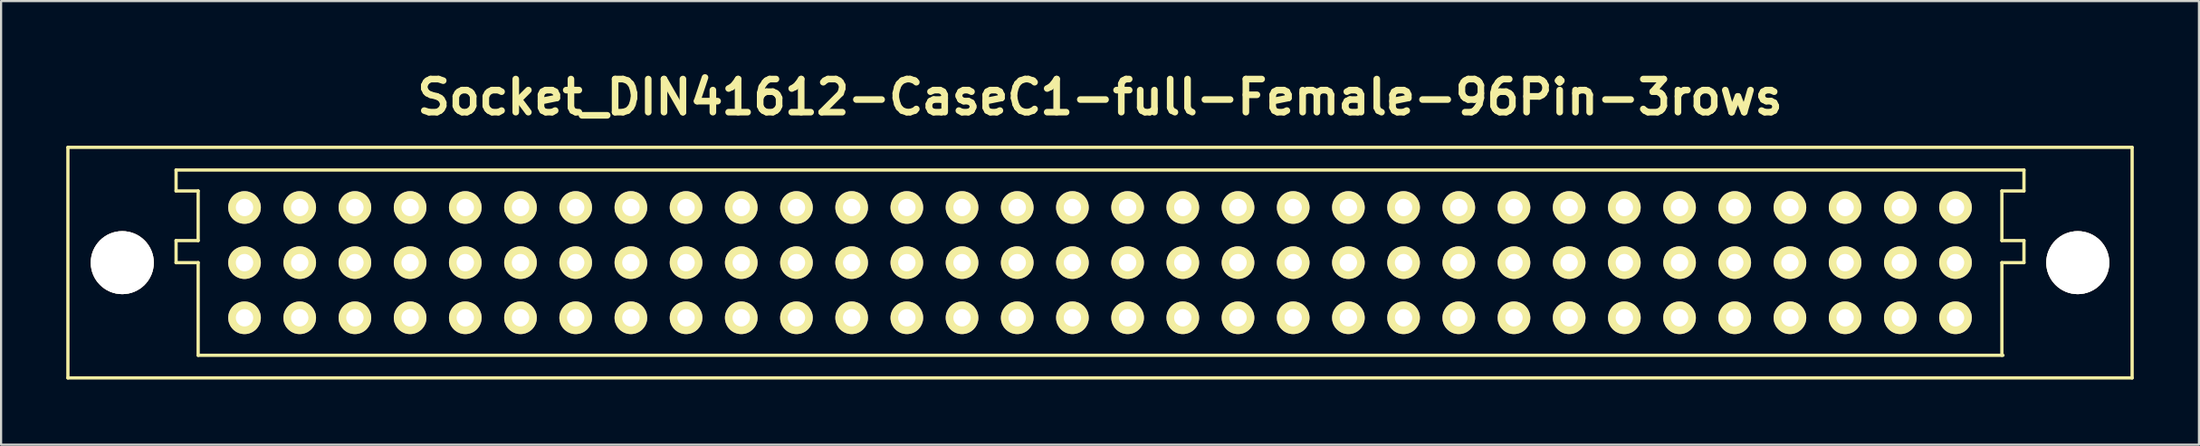
<source format=kicad_pcb>
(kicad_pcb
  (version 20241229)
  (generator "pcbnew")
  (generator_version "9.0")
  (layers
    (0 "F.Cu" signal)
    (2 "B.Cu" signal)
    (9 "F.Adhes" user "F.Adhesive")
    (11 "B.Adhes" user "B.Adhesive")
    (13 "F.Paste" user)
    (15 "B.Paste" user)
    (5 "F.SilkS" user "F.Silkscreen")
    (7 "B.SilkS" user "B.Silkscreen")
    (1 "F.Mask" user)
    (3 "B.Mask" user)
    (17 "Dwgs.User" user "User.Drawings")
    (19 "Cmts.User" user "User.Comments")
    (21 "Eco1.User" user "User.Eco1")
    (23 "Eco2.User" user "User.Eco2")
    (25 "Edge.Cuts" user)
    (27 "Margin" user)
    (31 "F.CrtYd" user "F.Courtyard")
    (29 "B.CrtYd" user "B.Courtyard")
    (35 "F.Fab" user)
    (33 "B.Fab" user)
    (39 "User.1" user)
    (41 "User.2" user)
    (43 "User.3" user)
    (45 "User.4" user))
  (footprint "Socket_DIN41612-CaseC1-full-Female-96Pin-3rows"
    (layer "F.Cu")
    (at 47.573 9.046)
    (property "Reference" "Socket_DIN41612-CaseC1-full-Female-96Pin-3rows" (at 0 -7.62 0) (layer "F.SilkS") (effects (font (size 1.524 1.524) (thickness 0.305))))
    (attr through_hole)
    (fp_line (start -47.498 -5.309) (end -47.498 5.309) (stroke (width 0.15) (type solid)) (layer "F.SilkS"))
    (fp_line (start -47.498 5.309) (end 47.498 5.309) (stroke (width 0.15) (type solid)) (layer "F.SilkS"))
    (fp_line (start -42.52 -3.302) (end -42.52 -4.267) (stroke (width 0.15) (type solid)) (layer "F.SilkS"))
    (fp_line (start -42.52 -1.016) (end -41.504 -1.016) (stroke (width 0.15) (type solid)) (layer "F.SilkS"))
    (fp_line (start -42.52 0) (end -42.52 -1.016) (stroke (width 0.15) (type solid)) (layer "F.SilkS"))
    (fp_line (start -41.504 -3.302) (end -42.52 -3.302) (stroke (width 0.15) (type solid)) (layer "F.SilkS"))
    (fp_line (start -41.504 -1.016) (end -41.504 -3.302) (stroke (width 0.15) (type solid)) (layer "F.SilkS"))
    (fp_line (start -41.504 0) (end -42.52 0) (stroke (width 0.15) (type solid)) (layer "F.SilkS"))
    (fp_line (start -41.504 4.267) (end -41.504 0) (stroke (width 0.15) (type solid)) (layer "F.SilkS"))
    (fp_line (start -41.504 4.267) (end 41.554 4.267) (stroke (width 0.15) (type solid)) (layer "F.SilkS"))
    (fp_line (start 41.504 -3.302) (end 42.52 -3.302) (stroke (width 0.15) (type solid)) (layer "F.SilkS"))
    (fp_line (start 41.504 -1.016) (end 41.504 -3.302) (stroke (width 0.15) (type solid)) (layer "F.SilkS"))
    (fp_line (start 41.504 0) (end 42.52 0) (stroke (width 0.15) (type solid)) (layer "F.SilkS"))
    (fp_line (start 41.504 4.267) (end 41.504 0) (stroke (width 0.15) (type solid)) (layer "F.SilkS"))
    (fp_line (start 42.52 -4.267) (end -42.52 -4.267) (stroke (width 0.15) (type solid)) (layer "F.SilkS"))
    (fp_line (start 42.52 -3.302) (end 42.52 -4.267) (stroke (width 0.15) (type solid)) (layer "F.SilkS"))
    (fp_line (start 42.52 -1.016) (end 41.504 -1.016) (stroke (width 0.15) (type solid)) (layer "F.SilkS"))
    (fp_line (start 42.52 0) (end 42.52 -1.016) (stroke (width 0.15) (type solid)) (layer "F.SilkS"))
    (fp_line (start 47.498 -5.309) (end -47.498 -5.309) (stroke (width 0.15) (type solid)) (layer "F.SilkS"))
    (fp_line (start 47.498 5.309) (end 47.498 -5.309) (stroke (width 0.15) (type solid)) (layer "F.SilkS"))
    (pad "1" thru_hole circle (at -44.996 0) (size 2.901 2.901) (drill 2.901) (layers "*.Cu" "*.Mask" "F.SilkS"))
    (pad "1" thru_hole circle (at 44.996 0) (size 2.901 2.901) (drill 2.901) (layers "*.Cu" "*.Mask" "F.SilkS"))
    (pad "1a" thru_hole circle (at 39.37 -2.54 180) (size 1.501 1.501) (drill 0.8) (layers "*.Cu" "*.Mask" "F.SilkS"))
    (pad "1b" thru_hole circle (at 39.37 0 180) (size 1.501 1.501) (drill 0.8) (layers "*.Cu" "*.Mask" "F.SilkS"))
    (pad "1c" thru_hole circle (at 39.37 2.54 180) (size 1.501 1.501) (drill 0.8) (layers "*.Cu" "*.Mask" "F.SilkS"))
    (pad "2a" thru_hole circle (at 36.83 -2.54 180) (size 1.501 1.501) (drill 0.8) (layers "*.Cu" "*.Mask" "F.SilkS"))
    (pad "2b" thru_hole circle (at 36.83 0 180) (size 1.501 1.501) (drill 0.8) (layers "*.Cu" "*.Mask" "F.SilkS"))
    (pad "2c" thru_hole circle (at 36.83 2.54 180) (size 1.501 1.501) (drill 0.8) (layers "*.Cu" "*.Mask" "F.SilkS"))
    (pad "3a" thru_hole circle (at 34.29 -2.54 180) (size 1.501 1.501) (drill 0.8) (layers "*.Cu" "*.Mask" "F.SilkS"))
    (pad "3b" thru_hole circle (at 34.29 0 180) (size 1.501 1.501) (drill 0.8) (layers "*.Cu" "*.Mask" "F.SilkS"))
    (pad "3c" thru_hole circle (at 34.29 2.54 180) (size 1.501 1.501) (drill 0.8) (layers "*.Cu" "*.Mask" "F.SilkS"))
    (pad "4a" thru_hole circle (at 31.75 -2.54 180) (size 1.501 1.501) (drill 0.8) (layers "*.Cu" "*.Mask" "F.SilkS"))
    (pad "4b" thru_hole circle (at 31.75 0 180) (size 1.501 1.501) (drill 0.8) (layers "*.Cu" "*.Mask" "F.SilkS"))
    (pad "4c" thru_hole circle (at 31.75 2.54 180) (size 1.501 1.501) (drill 0.8) (layers "*.Cu" "*.Mask" "F.SilkS"))
    (pad "5a" thru_hole circle (at 29.21 -2.54 180) (size 1.501 1.501) (drill 0.8) (layers "*.Cu" "*.Mask" "F.SilkS"))
    (pad "5b" thru_hole circle (at 29.21 0 180) (size 1.501 1.501) (drill 0.8) (layers "*.Cu" "*.Mask" "F.SilkS"))
    (pad "5c" thru_hole circle (at 29.21 2.54 180) (size 1.501 1.501) (drill 0.8) (layers "*.Cu" "*.Mask" "F.SilkS"))
    (pad "6a" thru_hole circle (at 26.67 -2.54 180) (size 1.501 1.501) (drill 0.8) (layers "*.Cu" "*.Mask" "F.SilkS"))
    (pad "6b" thru_hole circle (at 26.67 0 180) (size 1.501 1.501) (drill 0.8) (layers "*.Cu" "*.Mask" "F.SilkS"))
    (pad "6c" thru_hole circle (at 26.67 2.54 180) (size 1.501 1.501) (drill 0.8) (layers "*.Cu" "*.Mask" "F.SilkS"))
    (pad "7a" thru_hole circle (at 24.13 -2.54 180) (size 1.501 1.501) (drill 0.8) (layers "*.Cu" "*.Mask" "F.SilkS"))
    (pad "7b" thru_hole circle (at 24.13 0 180) (size 1.501 1.501) (drill 0.8) (layers "*.Cu" "*.Mask" "F.SilkS"))
    (pad "7c" thru_hole circle (at 24.13 2.54 180) (size 1.501 1.501) (drill 0.8) (layers "*.Cu" "*.Mask" "F.SilkS"))
    (pad "8a" thru_hole circle (at 21.59 -2.54 180) (size 1.501 1.501) (drill 0.8) (layers "*.Cu" "*.Mask" "F.SilkS"))
    (pad "8b" thru_hole circle (at 21.59 0 180) (size 1.501 1.501) (drill 0.8) (layers "*.Cu" "*.Mask" "F.SilkS"))
    (pad "8c" thru_hole circle (at 21.59 2.54 180) (size 1.501 1.501) (drill 0.8) (layers "*.Cu" "*.Mask" "F.SilkS"))
    (pad "9a" thru_hole circle (at 19.05 -2.54 180) (size 1.501 1.501) (drill 0.8) (layers "*.Cu" "*.Mask" "F.SilkS"))
    (pad "9b" thru_hole circle (at 19.05 0 180) (size 1.501 1.501) (drill 0.8) (layers "*.Cu" "*.Mask" "F.SilkS"))
    (pad "9c" thru_hole circle (at 19.05 2.54 180) (size 1.501 1.501) (drill 0.8) (layers "*.Cu" "*.Mask" "F.SilkS"))
    (pad "10a" thru_hole circle (at 16.51 -2.54 180) (size 1.501 1.501) (drill 0.8) (layers "*.Cu" "*.Mask" "F.SilkS"))
    (pad "10b" thru_hole circle (at 16.51 0 180) (size 1.501 1.501) (drill 0.8) (layers "*.Cu" "*.Mask" "F.SilkS"))
    (pad "10c" thru_hole circle (at 16.51 2.54 180) (size 1.501 1.501) (drill 0.8) (layers "*.Cu" "*.Mask" "F.SilkS"))
    (pad "11a" thru_hole circle (at 13.97 -2.54 180) (size 1.501 1.501) (drill 0.8) (layers "*.Cu" "*.Mask" "F.SilkS"))
    (pad "11b" thru_hole circle (at 13.97 0 180) (size 1.501 1.501) (drill 0.8) (layers "*.Cu" "*.Mask" "F.SilkS"))
    (pad "11c" thru_hole circle (at 13.97 2.54 180) (size 1.501 1.501) (drill 0.8) (layers "*.Cu" "*.Mask" "F.SilkS"))
    (pad "12a" thru_hole circle (at 11.43 -2.54 180) (size 1.501 1.501) (drill 0.8) (layers "*.Cu" "*.Mask" "F.SilkS"))
    (pad "12b" thru_hole circle (at 11.43 0 180) (size 1.501 1.501) (drill 0.8) (layers "*.Cu" "*.Mask" "F.SilkS"))
    (pad "12c" thru_hole circle (at 11.43 2.54 180) (size 1.501 1.501) (drill 0.8) (layers "*.Cu" "*.Mask" "F.SilkS"))
    (pad "13a" thru_hole circle (at 8.89 -2.54 180) (size 1.501 1.501) (drill 0.8) (layers "*.Cu" "*.Mask" "F.SilkS"))
    (pad "13b" thru_hole circle (at 8.89 0 180) (size 1.501 1.501) (drill 0.8) (layers "*.Cu" "*.Mask" "F.SilkS"))
    (pad "13c" thru_hole circle (at 8.89 2.54 180) (size 1.501 1.501) (drill 0.8) (layers "*.Cu" "*.Mask" "F.SilkS"))
    (pad "14a" thru_hole circle (at 6.35 -2.54 180) (size 1.501 1.501) (drill 0.8) (layers "*.Cu" "*.Mask" "F.SilkS"))
    (pad "14b" thru_hole circle (at 6.35 0 180) (size 1.501 1.501) (drill 0.8) (layers "*.Cu" "*.Mask" "F.SilkS"))
    (pad "14c" thru_hole circle (at 6.35 2.54 180) (size 1.501 1.501) (drill 0.8) (layers "*.Cu" "*.Mask" "F.SilkS"))
    (pad "15a" thru_hole circle (at 3.81 -2.54 180) (size 1.501 1.501) (drill 0.8) (layers "*.Cu" "*.Mask" "F.SilkS"))
    (pad "15b" thru_hole circle (at 3.81 0 180) (size 1.501 1.501) (drill 0.8) (layers "*.Cu" "*.Mask" "F.SilkS"))
    (pad "15c" thru_hole circle (at 3.81 2.54 180) (size 1.501 1.501) (drill 0.8) (layers "*.Cu" "*.Mask" "F.SilkS"))
    (pad "16a" thru_hole circle (at 1.27 -2.54 180) (size 1.501 1.501) (drill 0.8) (layers "*.Cu" "*.Mask" "F.SilkS"))
    (pad "16b" thru_hole circle (at 1.27 0 180) (size 1.501 1.501) (drill 0.8) (layers "*.Cu" "*.Mask" "F.SilkS"))
    (pad "16c" thru_hole circle (at 1.27 2.54 180) (size 1.501 1.501) (drill 0.8) (layers "*.Cu" "*.Mask" "F.SilkS"))
    (pad "17a" thru_hole circle (at -1.27 -2.54 180) (size 1.501 1.501) (drill 0.8) (layers "*.Cu" "*.Mask" "F.SilkS"))
    (pad "17b" thru_hole circle (at -1.27 0 180) (size 1.501 1.501) (drill 0.8) (layers "*.Cu" "*.Mask" "F.SilkS"))
    (pad "17c" thru_hole circle (at -1.27 2.54 180) (size 1.501 1.501) (drill 0.8) (layers "*.Cu" "*.Mask" "F.SilkS"))
    (pad "18a" thru_hole circle (at -3.81 -2.54 180) (size 1.501 1.501) (drill 0.8) (layers "*.Cu" "*.Mask" "F.SilkS"))
    (pad "18b" thru_hole circle (at -3.81 0 180) (size 1.501 1.501) (drill 0.8) (layers "*.Cu" "*.Mask" "F.SilkS"))
    (pad "18c" thru_hole circle (at -3.81 2.54 180) (size 1.501 1.501) (drill 0.8) (layers "*.Cu" "*.Mask" "F.SilkS"))
    (pad "19a" thru_hole circle (at -6.35 -2.54 180) (size 1.501 1.501) (drill 0.8) (layers "*.Cu" "*.Mask" "F.SilkS"))
    (pad "19b" thru_hole circle (at -6.35 0 180) (size 1.501 1.501) (drill 0.8) (layers "*.Cu" "*.Mask" "F.SilkS"))
    (pad "19c" thru_hole circle (at -6.35 2.54 180) (size 1.501 1.501) (drill 0.8) (layers "*.Cu" "*.Mask" "F.SilkS"))
    (pad "20a" thru_hole circle (at -8.89 -2.54 180) (size 1.501 1.501) (drill 0.8) (layers "*.Cu" "*.Mask" "F.SilkS"))
    (pad "20b" thru_hole circle (at -8.89 0 180) (size 1.501 1.501) (drill 0.8) (layers "*.Cu" "*.Mask" "F.SilkS"))
    (pad "20c" thru_hole circle (at -8.89 2.54 180) (size 1.501 1.501) (drill 0.8) (layers "*.Cu" "*.Mask" "F.SilkS"))
    (pad "21a" thru_hole circle (at -11.43 -2.54 180) (size 1.501 1.501) (drill 0.8) (layers "*.Cu" "*.Mask" "F.SilkS"))
    (pad "21b" thru_hole circle (at -11.43 0 180) (size 1.501 1.501) (drill 0.8) (layers "*.Cu" "*.Mask" "F.SilkS"))
    (pad "21c" thru_hole circle (at -11.43 2.54 180) (size 1.501 1.501) (drill 0.8) (layers "*.Cu" "*.Mask" "F.SilkS"))
    (pad "22a" thru_hole circle (at -13.97 -2.54 180) (size 1.501 1.501) (drill 0.8) (layers "*.Cu" "*.Mask" "F.SilkS"))
    (pad "22b" thru_hole circle (at -13.97 0 180) (size 1.501 1.501) (drill 0.8) (layers "*.Cu" "*.Mask" "F.SilkS"))
    (pad "22c" thru_hole circle (at -13.97 2.54 180) (size 1.501 1.501) (drill 0.8) (layers "*.Cu" "*.Mask" "F.SilkS"))
    (pad "23a" thru_hole circle (at -16.51 -2.54 180) (size 1.501 1.501) (drill 0.8) (layers "*.Cu" "*.Mask" "F.SilkS"))
    (pad "23b" thru_hole circle (at -16.51 0 180) (size 1.501 1.501) (drill 0.8) (layers "*.Cu" "*.Mask" "F.SilkS"))
    (pad "23c" thru_hole circle (at -16.51 2.54 180) (size 1.501 1.501) (drill 0.8) (layers "*.Cu" "*.Mask" "F.SilkS"))
    (pad "24" thru_hole circle (at -19.05 -2.54 180) (size 1.501 1.501) (drill 0.8) (layers "*.Cu" "*.Mask" "F.SilkS"))
    (pad "24b" thru_hole circle (at -19.05 0 180) (size 1.501 1.501) (drill 0.8) (layers "*.Cu" "*.Mask" "F.SilkS"))
    (pad "24c" thru_hole circle (at -19.05 2.54 180) (size 1.501 1.501) (drill 0.8) (layers "*.Cu" "*.Mask" "F.SilkS"))
    (pad "25a" thru_hole circle (at -21.59 -2.54 180) (size 1.501 1.501) (drill 0.8) (layers "*.Cu" "*.Mask" "F.SilkS"))
    (pad "25b" thru_hole circle (at -21.59 0 180) (size 1.501 1.501) (drill 0.8) (layers "*.Cu" "*.Mask" "F.SilkS"))
    (pad "25c" thru_hole circle (at -21.59 2.54 180) (size 1.501 1.501) (drill 0.8) (layers "*.Cu" "*.Mask" "F.SilkS"))
    (pad "26a" thru_hole circle (at -24.13 -2.54 180) (size 1.501 1.501) (drill 0.8) (layers "*.Cu" "*.Mask" "F.SilkS"))
    (pad "26b" thru_hole circle (at -24.13 0 180) (size 1.501 1.501) (drill 0.8) (layers "*.Cu" "*.Mask" "F.SilkS"))
    (pad "26c" thru_hole circle (at -24.13 2.54 180) (size 1.501 1.501) (drill 0.8) (layers "*.Cu" "*.Mask" "F.SilkS"))
    (pad "27a" thru_hole circle (at -26.67 -2.54 180) (size 1.501 1.501) (drill 0.8) (layers "*.Cu" "*.Mask" "F.SilkS"))
    (pad "27b" thru_hole circle (at -26.67 0 180) (size 1.501 1.501) (drill 0.8) (layers "*.Cu" "*.Mask" "F.SilkS"))
    (pad "27c" thru_hole circle (at -26.67 2.54 180) (size 1.501 1.501) (drill 0.8) (layers "*.Cu" "*.Mask" "F.SilkS"))
    (pad "28a" thru_hole circle (at -29.21 -2.54 180) (size 1.501 1.501) (drill 0.8) (layers "*.Cu" "*.Mask" "F.SilkS"))
    (pad "28b" thru_hole circle (at -29.21 0 180) (size 1.501 1.501) (drill 0.8) (layers "*.Cu" "*.Mask" "F.SilkS"))
    (pad "28c" thru_hole circle (at -29.21 2.54 180) (size 1.501 1.501) (drill 0.8) (layers "*.Cu" "*.Mask" "F.SilkS"))
    (pad "29a" thru_hole circle (at -31.75 -2.54 180) (size 1.501 1.501) (drill 0.8) (layers "*.Cu" "*.Mask" "F.SilkS"))
    (pad "29b" thru_hole circle (at -31.75 0 180) (size 1.501 1.501) (drill 0.8) (layers "*.Cu" "*.Mask" "F.SilkS"))
    (pad "29c" thru_hole circle (at -31.75 2.54 180) (size 1.501 1.501) (drill 0.8) (layers "*.Cu" "*.Mask" "F.SilkS"))
    (pad "30a" thru_hole circle (at -34.29 -2.54 180) (size 1.501 1.501) (drill 0.8) (layers "*.Cu" "*.Mask" "F.SilkS"))
    (pad "30b" thru_hole circle (at -34.29 0 180) (size 1.501 1.501) (drill 0.8) (layers "*.Cu" "*.Mask" "F.SilkS"))
    (pad "30c" thru_hole circle (at -34.29 2.54 180) (size 1.501 1.501) (drill 0.8) (layers "*.Cu" "*.Mask" "F.SilkS"))
    (pad "31a" thru_hole circle (at -36.83 -2.54 180) (size 1.501 1.501) (drill 0.8) (layers "*.Cu" "*.Mask" "F.SilkS"))
    (pad "31b" thru_hole circle (at -36.83 0 180) (size 1.501 1.501) (drill 0.8) (layers "*.Cu" "*.Mask" "F.SilkS"))
    (pad "31c" thru_hole circle (at -36.83 2.54 180) (size 1.501 1.501) (drill 0.8) (layers "*.Cu" "*.Mask" "F.SilkS"))
    (pad "32a" thru_hole circle (at -39.37 -2.54 180) (size 1.501 1.501) (drill 0.8) (layers "*.Cu" "*.Mask" "F.SilkS"))
    (pad "32b" thru_hole circle (at -39.37 0 180) (size 1.501 1.501) (drill 0.8) (layers "*.Cu" "*.Mask" "F.SilkS"))
    (pad "32c" thru_hole circle (at -39.37 2.54 180) (size 1.501 1.501) (drill 0.8) (layers "*.Cu" "*.Mask" "F.SilkS")))
  (gr_rect
    (start -3 -3)
    (end 98.146 17.43)
    (stroke (width 0.1) (type default))
    (fill no)
    (layer "Edge.Cuts")))
</source>
